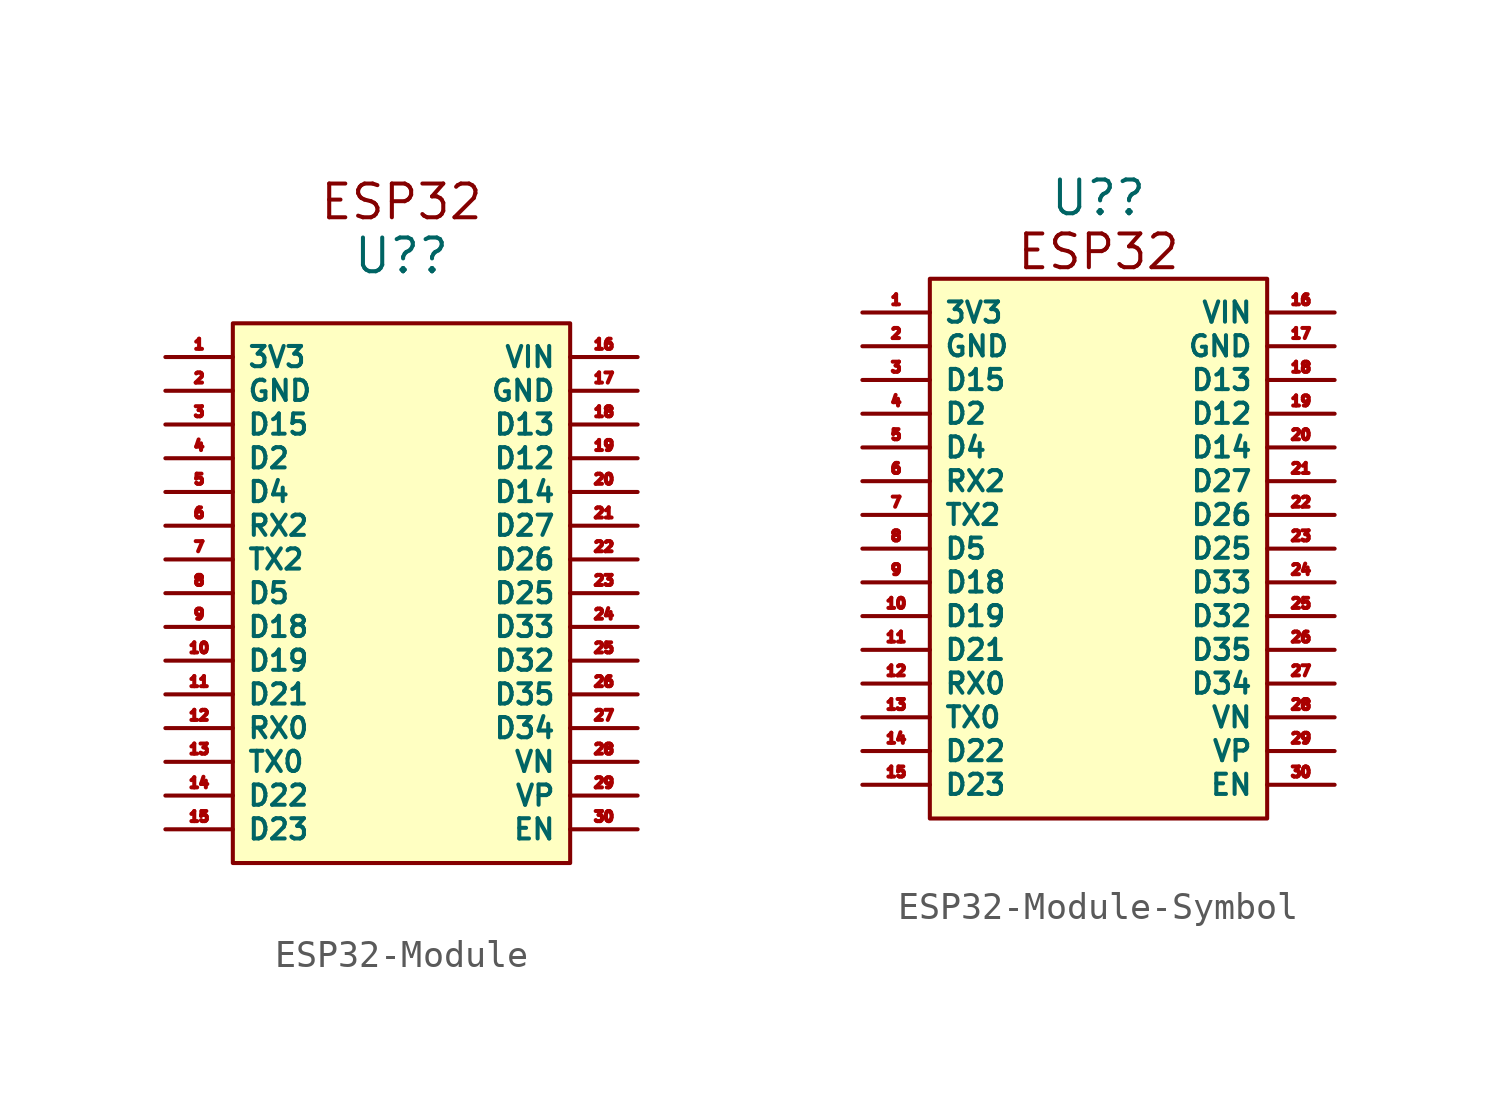
<source format=kicad_sym>
(kicad_symbol_lib
  (version 20231120)
  (generator "kicad_symbol_editor")
  (generator_version "8.0")
  (symbol "ESP32-Module"
    (property "Reference" "U?"
      (at 0 0 0)
      (effects (font (size 1.27 1.27))))
    (property "Value" ""
      (at 0 0 0)
      (effects (font (size 1.27 1.27))))
    (symbol "ESP32-Module_1_1"
      (rectangle (start -6.35 -2.54) (end 6.35 -22.86) (stroke (width 0) (type default)) (fill (type background)))
      (text "ESP32" (at 0 2.032 0) (effects (font (size 1.27 1.27))))
      (pin output line (at -8.89 -3.81 0) (length 2.54) (name "3V3" (effects (font (size 0.762 0.762)))) (number "1" (effects (font (size 0.381 0.381)))))
      (pin bidirectional line (at -8.89 -15.24 0) (length 2.54) (name "D19" (effects (font (size 0.762 0.762)))) (number "10" (effects (font (size 0.381 0.381)))))
      (pin bidirectional line (at -8.89 -16.51 0) (length 2.54) (name "D21" (effects (font (size 0.762 0.762)))) (number "11" (effects (font (size 0.381 0.381)))))
      (pin bidirectional line (at -8.89 -17.78 0) (length 2.54) (name "RX0" (effects (font (size 0.762 0.762)))) (number "12" (effects (font (size 0.381 0.381)))))
      (pin output line (at -8.89 -19.05 0) (length 2.54) (name "TX0" (effects (font (size 0.762 0.762)))) (number "13" (effects (font (size 0.381 0.381)))))
      (pin output line (at -8.89 -20.32 0) (length 2.54) (name "D22" (effects (font (size 0.762 0.762)))) (number "14" (effects (font (size 0.381 0.381)))))
      (pin output line (at -8.89 -21.59 0) (length 2.54) (name "D23" (effects (font (size 0.762 0.762)))) (number "15" (effects (font (size 0.381 0.381)))))
      (pin input line (at 8.89 -3.81 180) (length 2.54) (name "VIN" (effects (font (size 0.762 0.762)))) (number "16" (effects (font (size 0.381 0.381)))))
      (pin input line (at 8.89 -5.08 180) (length 2.54) (name "GND" (effects (font (size 0.762 0.762)))) (number "17" (effects (font (size 0.381 0.381)))))
      (pin input line (at 8.89 -6.35 180) (length 2.54) (name "D13" (effects (font (size 0.762 0.762)))) (number "18" (effects (font (size 0.381 0.381)))))
      (pin input line (at 8.89 -7.62 180) (length 2.54) (name "D12" (effects (font (size 0.762 0.762)))) (number "19" (effects (font (size 0.381 0.381)))))
      (pin output line (at -8.89 -5.08 0) (length 2.54) (name "GND" (effects (font (size 0.762 0.762)))) (number "2" (effects (font (size 0.381 0.381)))))
      (pin input line (at 8.89 -8.89 180) (length 2.54) (name "D14" (effects (font (size 0.762 0.762)))) (number "20" (effects (font (size 0.381 0.381)))))
      (pin input line (at 8.89 -10.16 180) (length 2.54) (name "D27" (effects (font (size 0.762 0.762)))) (number "21" (effects (font (size 0.381 0.381)))))
      (pin input line (at 8.89 -11.43 180) (length 2.54) (name "D26" (effects (font (size 0.762 0.762)))) (number "22" (effects (font (size 0.381 0.381)))))
      (pin input line (at 8.89 -12.7 180) (length 2.54) (name "D25" (effects (font (size 0.762 0.762)))) (number "23" (effects (font (size 0.381 0.381)))))
      (pin input line (at 8.89 -13.97 180) (length 2.54) (name "D33" (effects (font (size 0.762 0.762)))) (number "24" (effects (font (size 0.381 0.381)))))
      (pin input line (at 8.89 -15.24 180) (length 2.54) (name "D32" (effects (font (size 0.762 0.762)))) (number "25" (effects (font (size 0.381 0.381)))))
      (pin input line (at 8.89 -16.51 180) (length 2.54) (name "D35" (effects (font (size 0.762 0.762)))) (number "26" (effects (font (size 0.381 0.381)))))
      (pin input line (at 8.89 -17.78 180) (length 2.54) (name "D34" (effects (font (size 0.762 0.762)))) (number "27" (effects (font (size 0.381 0.381)))))
      (pin input line (at 8.89 -19.05 180) (length 2.54) (name "VN" (effects (font (size 0.762 0.762)))) (number "28" (effects (font (size 0.381 0.381)))))
      (pin input line (at 8.89 -20.32 180) (length 2.54) (name "VP" (effects (font (size 0.762 0.762)))) (number "29" (effects (font (size 0.381 0.381)))))
      (pin bidirectional line (at -8.89 -6.35 0) (length 2.54) (name "D15" (effects (font (size 0.762 0.762)))) (number "3" (effects (font (size 0.381 0.381)))))
      (pin input line (at 8.89 -21.59 180) (length 2.54) (name "EN" (effects (font (size 0.762 0.762)))) (number "30" (effects (font (size 0.381 0.381)))))
      (pin bidirectional line (at -8.89 -7.62 0) (length 2.54) (name "D2" (effects (font (size 0.762 0.762)))) (number "4" (effects (font (size 0.381 0.381)))))
      (pin bidirectional line (at -8.89 -8.89 0) (length 2.54) (name "D4" (effects (font (size 0.762 0.762)))) (number "5" (effects (font (size 0.381 0.381)))))
      (pin bidirectional line (at -8.89 -10.16 0) (length 2.54) (name "RX2" (effects (font (size 0.762 0.762)))) (number "6" (effects (font (size 0.381 0.381)))))
      (pin bidirectional line (at -8.89 -11.43 0) (length 2.54) (name "TX2" (effects (font (size 0.762 0.762)))) (number "7" (effects (font (size 0.381 0.381)))))
      (pin bidirectional line (at -8.89 -12.7 0) (length 2.54) (name "D5" (effects (font (size 0.762 0.762)))) (number "8" (effects (font (size 0.381 0.381)))))
      (pin bidirectional line (at -8.89 -13.97 0) (length 2.54) (name "D18" (effects (font (size 0.762 0.762)))) (number "9" (effects (font (size 0.381 0.381)))))))
  (symbol "ESP32-Module-Symbol"
    (property "Reference" "U?"
      (at 0 0.508 0)
      (effects (font (size 1.27 1.27))))
    (property "Value" ""
      (at 0 0 0)
      (effects (font (size 1.27 1.27))))
    (symbol "ESP32-Module-Symbol_1_1"
      (rectangle (start -6.35 -2.54) (end 6.35 -22.86) (stroke (width 0) (type default)) (fill (type background)))
      (text "ESP32" (at 0 -1.524 0) (effects (font (size 1.27 1.27))))
      (pin output line (at -8.89 -3.81 0) (length 2.54) (name "3V3" (effects (font (size 0.762 0.762)))) (number "1" (effects (font (size 0.381 0.381)))))
      (pin bidirectional line (at -8.89 -15.24 0) (length 2.54) (name "D19" (effects (font (size 0.762 0.762)))) (number "10" (effects (font (size 0.381 0.381)))))
      (pin bidirectional line (at -8.89 -16.51 0) (length 2.54) (name "D21" (effects (font (size 0.762 0.762)))) (number "11" (effects (font (size 0.381 0.381)))))
      (pin bidirectional line (at -8.89 -17.78 0) (length 2.54) (name "RX0" (effects (font (size 0.762 0.762)))) (number "12" (effects (font (size 0.381 0.381)))))
      (pin bidirectional line (at -8.89 -19.05 0) (length 2.54) (name "TX0" (effects (font (size 0.762 0.762)))) (number "13" (effects (font (size 0.381 0.381)))))
      (pin bidirectional line (at -8.89 -20.32 0) (length 2.54) (name "D22" (effects (font (size 0.762 0.762)))) (number "14" (effects (font (size 0.381 0.381)))))
      (pin bidirectional line (at -8.89 -21.59 0) (length 2.54) (name "D23" (effects (font (size 0.762 0.762)))) (number "15" (effects (font (size 0.381 0.381)))))
      (pin input line (at 8.89 -3.81 180) (length 2.54) (name "VIN" (effects (font (size 0.762 0.762)))) (number "16" (effects (font (size 0.381 0.381)))))
      (pin bidirectional line (at 8.89 -5.08 180) (length 2.54) (name "GND" (effects (font (size 0.762 0.762)))) (number "17" (effects (font (size 0.381 0.381)))))
      (pin bidirectional line (at 8.89 -6.35 180) (length 2.54) (name "D13" (effects (font (size 0.762 0.762)))) (number "18" (effects (font (size 0.381 0.381)))))
      (pin bidirectional line (at 8.89 -7.62 180) (length 2.54) (name "D12" (effects (font (size 0.762 0.762)))) (number "19" (effects (font (size 0.381 0.381)))))
      (pin output line (at -8.89 -5.08 0) (length 2.54) (name "GND" (effects (font (size 0.762 0.762)))) (number "2" (effects (font (size 0.381 0.381)))))
      (pin bidirectional line (at 8.89 -8.89 180) (length 2.54) (name "D14" (effects (font (size 0.762 0.762)))) (number "20" (effects (font (size 0.381 0.381)))))
      (pin bidirectional line (at 8.89 -10.16 180) (length 2.54) (name "D27" (effects (font (size 0.762 0.762)))) (number "21" (effects (font (size 0.381 0.381)))))
      (pin bidirectional line (at 8.89 -11.43 180) (length 2.54) (name "D26" (effects (font (size 0.762 0.762)))) (number "22" (effects (font (size 0.381 0.381)))))
      (pin bidirectional line (at 8.89 -12.7 180) (length 2.54) (name "D25" (effects (font (size 0.762 0.762)))) (number "23" (effects (font (size 0.381 0.381)))))
      (pin bidirectional line (at 8.89 -13.97 180) (length 2.54) (name "D33" (effects (font (size 0.762 0.762)))) (number "24" (effects (font (size 0.381 0.381)))))
      (pin bidirectional line (at 8.89 -15.24 180) (length 2.54) (name "D32" (effects (font (size 0.762 0.762)))) (number "25" (effects (font (size 0.381 0.381)))))
      (pin bidirectional line (at 8.89 -16.51 180) (length 2.54) (name "D35" (effects (font (size 0.762 0.762)))) (number "26" (effects (font (size 0.381 0.381)))))
      (pin bidirectional line (at 8.89 -17.78 180) (length 2.54) (name "D34" (effects (font (size 0.762 0.762)))) (number "27" (effects (font (size 0.381 0.381)))))
      (pin bidirectional line (at 8.89 -19.05 180) (length 2.54) (name "VN" (effects (font (size 0.762 0.762)))) (number "28" (effects (font (size 0.381 0.381)))))
      (pin bidirectional line (at 8.89 -20.32 180) (length 2.54) (name "VP" (effects (font (size 0.762 0.762)))) (number "29" (effects (font (size 0.381 0.381)))))
      (pin bidirectional line (at -8.89 -6.35 0) (length 2.54) (name "D15" (effects (font (size 0.762 0.762)))) (number "3" (effects (font (size 0.381 0.381)))))
      (pin bidirectional line (at 8.89 -21.59 180) (length 2.54) (name "EN" (effects (font (size 0.762 0.762)))) (number "30" (effects (font (size 0.381 0.381)))))
      (pin bidirectional line (at -8.89 -7.62 0) (length 2.54) (name "D2" (effects (font (size 0.762 0.762)))) (number "4" (effects (font (size 0.381 0.381)))))
      (pin bidirectional line (at -8.89 -8.89 0) (length 2.54) (name "D4" (effects (font (size 0.762 0.762)))) (number "5" (effects (font (size 0.381 0.381)))))
      (pin bidirectional line (at -8.89 -10.16 0) (length 2.54) (name "RX2" (effects (font (size 0.762 0.762)))) (number "6" (effects (font (size 0.381 0.381)))))
      (pin bidirectional line (at -8.89 -11.43 0) (length 2.54) (name "TX2" (effects (font (size 0.762 0.762)))) (number "7" (effects (font (size 0.381 0.381)))))
      (pin bidirectional line (at -8.89 -12.7 0) (length 2.54) (name "D5" (effects (font (size 0.762 0.762)))) (number "8" (effects (font (size 0.381 0.381)))))
      (pin bidirectional line (at -8.89 -13.97 0) (length 2.54) (name "D18" (effects (font (size 0.762 0.762)))) (number "9" (effects (font (size 0.381 0.381))))))))
</source>
